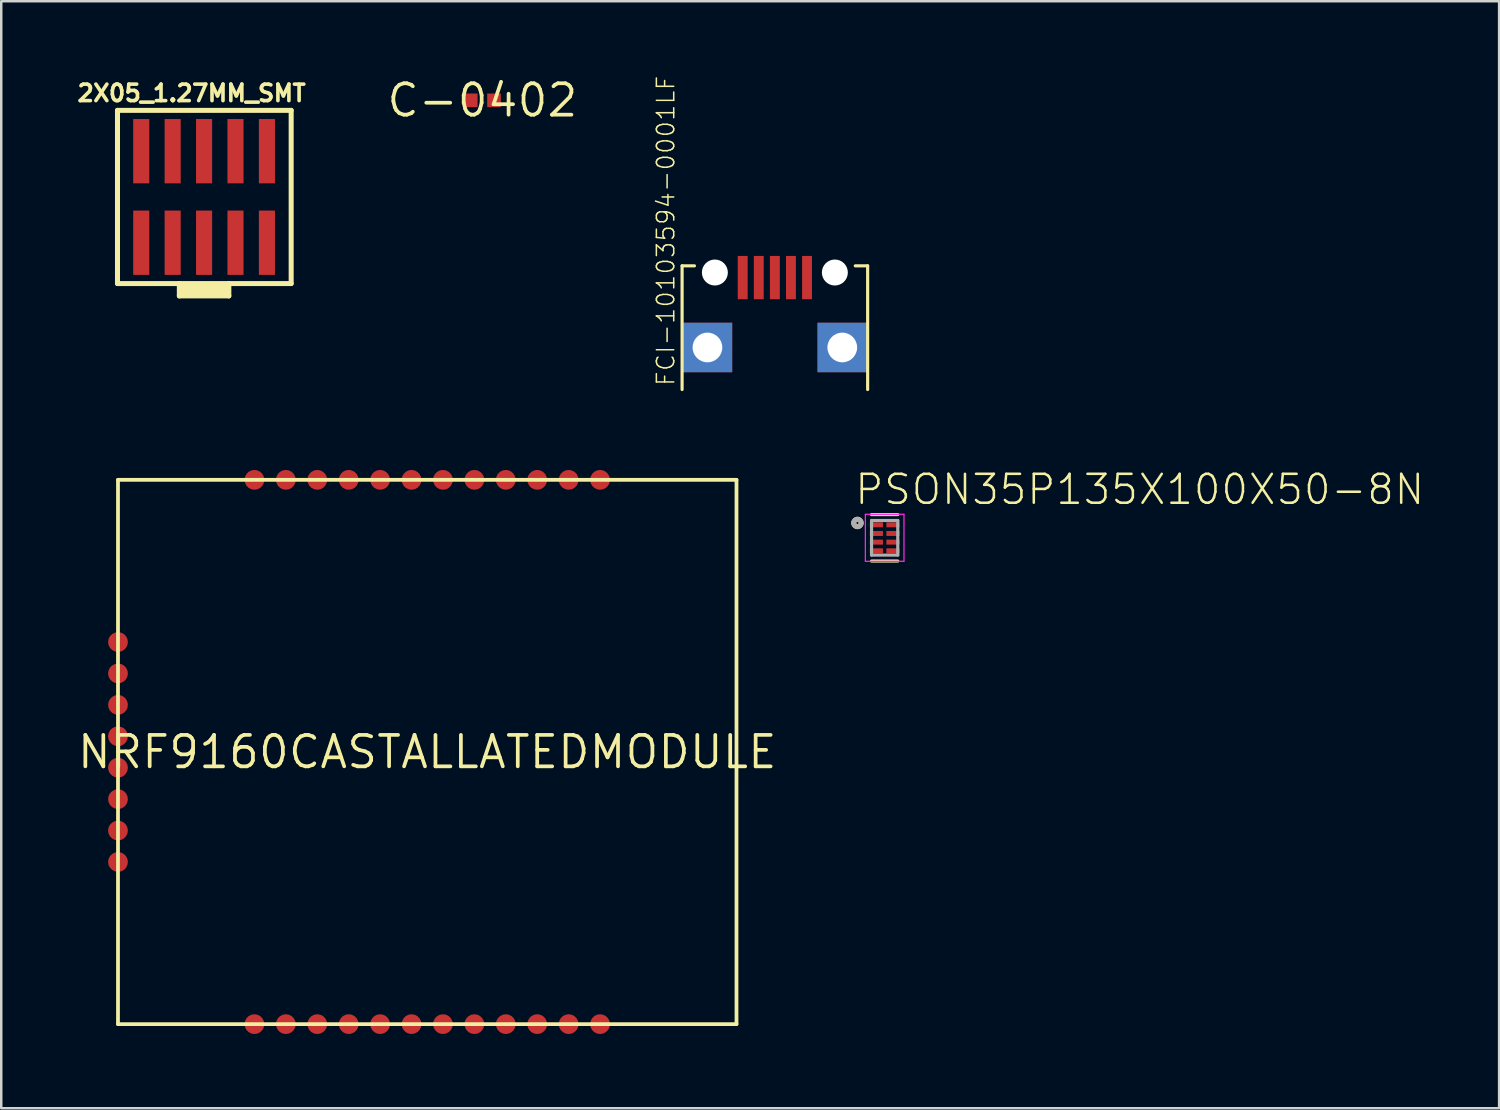
<source format=kicad_pcb>
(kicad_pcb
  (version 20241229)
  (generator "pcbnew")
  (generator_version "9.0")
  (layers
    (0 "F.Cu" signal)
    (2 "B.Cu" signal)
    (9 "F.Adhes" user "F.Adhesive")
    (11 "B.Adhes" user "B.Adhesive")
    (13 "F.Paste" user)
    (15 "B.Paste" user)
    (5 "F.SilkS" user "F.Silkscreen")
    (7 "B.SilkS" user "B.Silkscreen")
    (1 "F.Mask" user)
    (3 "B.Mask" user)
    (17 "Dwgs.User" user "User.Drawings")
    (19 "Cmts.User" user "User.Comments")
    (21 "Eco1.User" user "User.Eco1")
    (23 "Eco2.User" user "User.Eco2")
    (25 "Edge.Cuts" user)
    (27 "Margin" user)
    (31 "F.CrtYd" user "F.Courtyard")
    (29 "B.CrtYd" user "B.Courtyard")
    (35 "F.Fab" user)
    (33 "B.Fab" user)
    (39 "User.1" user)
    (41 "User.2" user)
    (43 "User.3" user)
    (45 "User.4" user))
  (footprint "C-0402"
    (layer "F.Cu")
    (at 16.448 1.006)
    (property "Reference" "C-0402" (at 0 0 0) (layer "F.SilkS") (effects (font (size 1.27 1.27) (thickness 0.15))))
    (pad "1" smd rect (at -0.47 0) (size 0.55 0.55) (layers "F.Cu" "F.Mask" "F.Paste"))
    (pad "2" smd rect (at 0.47 0) (size 0.55 0.55) (layers "F.Cu" "F.Mask" "F.Paste")))
  (footprint "NRF9160CASTALLATEDMODULE"
    (layer "F.Cu")
    (at 14.219 27.345)
    (property "Reference" "NRF9160CASTALLATEDMODULE" (at 0 0 0) (layer "F.SilkS") (effects (font (size 1.27 1.27) (thickness 0.15))))
    (fp_line (start -12.5 -11) (end -12.5 11) (stroke (width 0.152) (type solid)) (layer "F.SilkS"))
    (fp_line (start -12.5 11) (end 12.5 11) (stroke (width 0.152) (type solid)) (layer "F.SilkS"))
    (fp_line (start 12.5 -11) (end -12.5 -11) (stroke (width 0.152) (type solid)) (layer "F.SilkS"))
    (fp_line (start 12.5 11) (end 12.5 -11) (stroke (width 0.152) (type solid)) (layer "F.SilkS"))
    (pad "1" smd roundrect (at -12.5 -4.445) (size 0.8 0.8) (layers "F.Cu" "F.Mask" "F.Paste") (roundrect_rratio 0.5))
    (pad "2" smd roundrect (at -12.5 -3.175) (size 0.8 0.8) (layers "F.Cu" "F.Mask" "F.Paste") (roundrect_rratio 0.5))
    (pad "3" smd roundrect (at -12.5 -1.905) (size 0.8 0.8) (layers "F.Cu" "F.Mask" "F.Paste") (roundrect_rratio 0.5))
    (pad "4" smd roundrect (at -12.5 -0.635) (size 0.8 0.8) (layers "F.Cu" "F.Mask" "F.Paste") (roundrect_rratio 0.5))
    (pad "5" smd roundrect (at -12.5 0.635) (size 0.8 0.8) (layers "F.Cu" "F.Mask" "F.Paste") (roundrect_rratio 0.5))
    (pad "6" smd roundrect (at -12.5 1.905) (size 0.8 0.8) (layers "F.Cu" "F.Mask" "F.Paste") (roundrect_rratio 0.5))
    (pad "7" smd roundrect (at -12.5 3.175) (size 0.8 0.8) (layers "F.Cu" "F.Mask" "F.Paste") (roundrect_rratio 0.5))
    (pad "8" smd roundrect (at -12.5 4.445) (size 0.8 0.8) (layers "F.Cu" "F.Mask" "F.Paste") (roundrect_rratio 0.5))
    (pad "9" smd roundrect (at -6.985 11) (size 0.8 0.8) (layers "F.Cu" "F.Mask" "F.Paste") (roundrect_rratio 0.5))
    (pad "10" smd roundrect (at -5.715 11) (size 0.8 0.8) (layers "F.Cu" "F.Mask" "F.Paste") (roundrect_rratio 0.5))
    (pad "11" smd roundrect (at -4.445 11) (size 0.8 0.8) (layers "F.Cu" "F.Mask" "F.Paste") (roundrect_rratio 0.5))
    (pad "12" smd roundrect (at -3.175 11) (size 0.8 0.8) (layers "F.Cu" "F.Mask" "F.Paste") (roundrect_rratio 0.5))
    (pad "13" smd roundrect (at -1.905 11) (size 0.8 0.8) (layers "F.Cu" "F.Mask" "F.Paste") (roundrect_rratio 0.5))
    (pad "14" smd roundrect (at -0.635 11) (size 0.8 0.8) (layers "F.Cu" "F.Mask" "F.Paste") (roundrect_rratio 0.5))
    (pad "15" smd roundrect (at 0.635 11) (size 0.8 0.8) (layers "F.Cu" "F.Mask" "F.Paste") (roundrect_rratio 0.5))
    (pad "16" smd roundrect (at 1.905 11) (size 0.8 0.8) (layers "F.Cu" "F.Mask" "F.Paste") (roundrect_rratio 0.5))
    (pad "17" smd roundrect (at 3.175 11) (size 0.8 0.8) (layers "F.Cu" "F.Mask" "F.Paste") (roundrect_rratio 0.5))
    (pad "18" smd roundrect (at 4.445 11) (size 0.8 0.8) (layers "F.Cu" "F.Mask" "F.Paste") (roundrect_rratio 0.5))
    (pad "19" smd roundrect (at 5.715 11) (size 0.8 0.8) (layers "F.Cu" "F.Mask" "F.Paste") (roundrect_rratio 0.5))
    (pad "20" smd roundrect (at 6.985 11) (size 0.8 0.8) (layers "F.Cu" "F.Mask" "F.Paste") (roundrect_rratio 0.5))
    (pad "21" smd roundrect (at -6.985 -11) (size 0.8 0.8) (layers "F.Cu" "F.Mask" "F.Paste") (roundrect_rratio 0.5))
    (pad "22" smd roundrect (at -5.715 -11) (size 0.8 0.8) (layers "F.Cu" "F.Mask" "F.Paste") (roundrect_rratio 0.5))
    (pad "23" smd roundrect (at -4.445 -11) (size 0.8 0.8) (layers "F.Cu" "F.Mask" "F.Paste") (roundrect_rratio 0.5))
    (pad "24" smd roundrect (at -3.175 -11) (size 0.8 0.8) (layers "F.Cu" "F.Mask" "F.Paste") (roundrect_rratio 0.5))
    (pad "25" smd roundrect (at -1.905 -11) (size 0.8 0.8) (layers "F.Cu" "F.Mask" "F.Paste") (roundrect_rratio 0.5))
    (pad "26" smd roundrect (at -0.635 -11) (size 0.8 0.8) (layers "F.Cu" "F.Mask" "F.Paste") (roundrect_rratio 0.5))
    (pad "27" smd roundrect (at 0.635 -11) (size 0.8 0.8) (layers "F.Cu" "F.Mask" "F.Paste") (roundrect_rratio 0.5))
    (pad "28" smd roundrect (at 1.905 -11) (size 0.8 0.8) (layers "F.Cu" "F.Mask" "F.Paste") (roundrect_rratio 0.5))
    (pad "29" smd roundrect (at 3.175 -11) (size 0.8 0.8) (layers "F.Cu" "F.Mask" "F.Paste") (roundrect_rratio 0.5))
    (pad "30" smd roundrect (at 4.445 -11) (size 0.8 0.8) (layers "F.Cu" "F.Mask" "F.Paste") (roundrect_rratio 0.5))
    (pad "31" smd roundrect (at 5.715 -11) (size 0.8 0.8) (layers "F.Cu" "F.Mask" "F.Paste") (roundrect_rratio 0.5))
    (pad "32" smd roundrect (at 6.985 -11) (size 0.8 0.8) (layers "F.Cu" "F.Mask" "F.Paste") (roundrect_rratio 0.5)))
  (footprint "FCI-10103594-0001LF"
    (layer "F.Cu")
    (at 28.27 12.695)
    (property "Reference" "FCI-10103594-0001LF" (at -4 -0.1 90) (layer "F.SilkS") (effects (font (size 0.701 0.701) (thickness 0.061)) (justify left bottom)))
    (fp_line (start -3.75 -5) (end -3.25 -5) (stroke (width 0.127) (type solid)) (layer "F.SilkS"))
    (fp_line (start -3.75 0) (end -3.75 -5) (stroke (width 0.127) (type solid)) (layer "F.SilkS"))
    (fp_line (start 3.75 -5) (end 3.25 -5) (stroke (width 0.127) (type solid)) (layer "F.SilkS"))
    (fp_line (start 3.75 -5) (end 3.75 0) (stroke (width 0.127) (type solid)) (layer "F.SilkS"))
    (pad "" np_thru_hole circle (at -2.425 -4.73) (size 1.05 1.05) (drill 1.05) (layers "*.Cu" "*.Mask"))
    (pad "" np_thru_hole circle (at 2.425 -4.73) (size 1.05 1.05) (drill 1.05) (layers "*.Cu" "*.Mask"))
    (pad "1" smd rect (at -1.3 -4.525 90) (size 1.75 0.4) (layers "F.Cu" "F.Mask" "F.Paste"))
    (pad "2" smd rect (at -0.65 -4.525 90) (size 1.75 0.4) (layers "F.Cu" "F.Mask" "F.Paste"))
    (pad "3" smd rect (at 0 -4.525 90) (size 1.75 0.4) (layers "F.Cu" "F.Mask" "F.Paste"))
    (pad "4" smd rect (at 0.65 -4.525 90) (size 1.75 0.4) (layers "F.Cu" "F.Mask" "F.Paste"))
    (pad "5" smd rect (at 1.3 -4.525 90) (size 1.75 0.4) (layers "F.Cu" "F.Mask" "F.Paste"))
    (pad "P$3" thru_hole rect (at -2.725 -1.7) (size 2 2) (drill 1.2) (layers "*.Cu" "*.Mask"))
    (pad "P$4" thru_hole rect (at 2.725 -1.7) (size 2 2) (drill 1.2) (layers "*.Cu" "*.Mask")))
  (footprint "PSON35P135X100X50-8N"
    (layer "F.Cu")
    (at 32.708 18.688)
    (property "Reference" "PSON35P135X100X50-8N" (at -1.27 -1.27 0) (layer "F.SilkS") (effects (font (size 1.168 1.168) (thickness 0.102)) (justify left bottom)))
    (fp_line (start -0.53 -0.94) (end 0.53 -0.94) (stroke (width 0.127) (type solid)) (layer "F.SilkS"))
    (fp_line (start 0.53 0.94) (end -0.53 0.94) (stroke (width 0.127) (type solid)) (layer "F.SilkS"))
    (fp_circle (center -1.1 -0.6) (end -1.05 -0.6) (stroke (width 0.2) (type solid)) (fill no) (layer "F.SilkS"))
    (fp_line (start -0.78 -0.95) (end 0.78 -0.95) (stroke (width 0.05) (type solid)) (layer "F.CrtYd"))
    (fp_line (start -0.78 0.95) (end -0.78 -0.95) (stroke (width 0.05) (type solid)) (layer "F.CrtYd"))
    (fp_line (start 0.78 -0.95) (end 0.78 0.95) (stroke (width 0.05) (type solid)) (layer "F.CrtYd"))
    (fp_line (start 0.78 0.95) (end -0.78 0.95) (stroke (width 0.05) (type solid)) (layer "F.CrtYd"))
    (fp_line (start -0.53 -0.7) (end 0.53 -0.7) (stroke (width 0.127) (type solid)) (layer "F.Fab"))
    (fp_line (start -0.53 0.7) (end -0.53 -0.7) (stroke (width 0.127) (type solid)) (layer "F.Fab"))
    (fp_line (start 0.53 -0.7) (end 0.53 0.7) (stroke (width 0.127) (type solid)) (layer "F.Fab"))
    (fp_line (start 0.53 0.7) (end -0.53 0.7) (stroke (width 0.127) (type solid)) (layer "F.Fab"))
    (fp_circle (center -1.1 -0.6) (end -1.05 -0.6) (stroke (width 0.2) (type solid)) (fill no) (layer "F.Fab"))
    (pad "1" smd rect (at -0.335 -0.525) (size 0.53 0.2) (layers "F.Cu" "F.Mask" "F.Paste"))
    (pad "2" smd rect (at -0.335 -0.175) (size 0.53 0.2) (layers "F.Cu" "F.Mask" "F.Paste"))
    (pad "3" smd rect (at -0.335 0.175) (size 0.53 0.2) (layers "F.Cu" "F.Mask" "F.Paste"))
    (pad "4" smd rect (at -0.335 0.525) (size 0.53 0.2) (layers "F.Cu" "F.Mask" "F.Paste"))
    (pad "5" smd rect (at 0.335 0.525) (size 0.53 0.2) (layers "F.Cu" "F.Mask" "F.Paste"))
    (pad "6" smd rect (at 0.335 0.175) (size 0.53 0.2) (layers "F.Cu" "F.Mask" "F.Paste"))
    (pad "7" smd rect (at 0.335 -0.175) (size 0.53 0.2) (layers "F.Cu" "F.Mask" "F.Paste"))
    (pad "8" smd rect (at 0.335 -0.525) (size 0.53 0.2) (layers "F.Cu" "F.Mask" "F.Paste")))
  (footprint "2X05_1.27MM_SMT"
    (layer "F.Cu")
    (at 5.199 4.911)
    (property "Reference" "2X05_1.27MM_SMT" (at -5.199 -3.806 0) (layer "F.SilkS") (effects (font (size 0.666 0.666) (thickness 0.146)) (justify left bottom)))
    (fp_line (start -3.5 -3.5) (end 3.52 -3.5) (stroke (width 0.203) (type solid)) (layer "F.SilkS"))
    (fp_line (start -3.5 3.5) (end -3.5 -3.5) (stroke (width 0.203) (type solid)) (layer "F.SilkS"))
    (fp_line (start -1 3.5) (end -3.5 3.5) (stroke (width 0.203) (type solid)) (layer "F.SilkS"))
    (fp_line (start -1 3.5) (end -1 4) (stroke (width 0.203) (type solid)) (layer "F.SilkS"))
    (fp_line (start -1 4) (end 1 4) (stroke (width 0.203) (type solid)) (layer "F.SilkS"))
    (fp_line (start 1 3.5) (end -1 3.5) (stroke (width 0.203) (type solid)) (layer "F.SilkS"))
    (fp_line (start 1 4) (end 1 3.5) (stroke (width 0.203) (type solid)) (layer "F.SilkS"))
    (fp_line (start 3.52 -3.5) (end 3.52 3.5) (stroke (width 0.203) (type solid)) (layer "F.SilkS"))
    (fp_line (start 3.52 3.5) (end 1 3.5) (stroke (width 0.203) (type solid)) (layer "F.SilkS"))
    (fp_poly (pts (xy 1.079 4) (xy -1.079 4) (xy -1.079 3.493) (xy 1.079 3.493)) (stroke (width 0) (type solid)) (fill yes) (layer "F.SilkS"))
    (pad "1" smd rect (at -2.54 1.85) (size 0.65 2.6) (layers "F.Cu" "F.Mask" "F.Paste"))
    (pad "2" smd rect (at -2.54 -1.85) (size 0.65 2.6) (layers "F.Cu" "F.Mask" "F.Paste"))
    (pad "3" smd rect (at -1.27 1.85) (size 0.65 2.6) (layers "F.Cu" "F.Mask" "F.Paste"))
    (pad "4" smd rect (at -1.27 -1.85) (size 0.65 2.6) (layers "F.Cu" "F.Mask" "F.Paste"))
    (pad "5" smd rect (at 0 1.85) (size 0.65 2.6) (layers "F.Cu" "F.Mask" "F.Paste"))
    (pad "6" smd rect (at 0 -1.85) (size 0.65 2.6) (layers "F.Cu" "F.Mask" "F.Paste"))
    (pad "7" smd rect (at 1.27 1.85) (size 0.65 2.6) (layers "F.Cu" "F.Mask" "F.Paste"))
    (pad "8" smd rect (at 1.27 -1.85) (size 0.65 2.6) (layers "F.Cu" "F.Mask" "F.Paste"))
    (pad "9" smd rect (at 2.54 1.85) (size 0.65 2.6) (layers "F.Cu" "F.Mask" "F.Paste"))
    (pad "10" smd rect (at 2.54 -1.85) (size 0.65 2.6) (layers "F.Cu" "F.Mask" "F.Paste")))
  (gr_rect
    (start -3 -3)
    (end 57.544 41.745)
    (stroke (width 0.1) (type default))
    (fill no)
    (layer "Edge.Cuts")))
</source>
